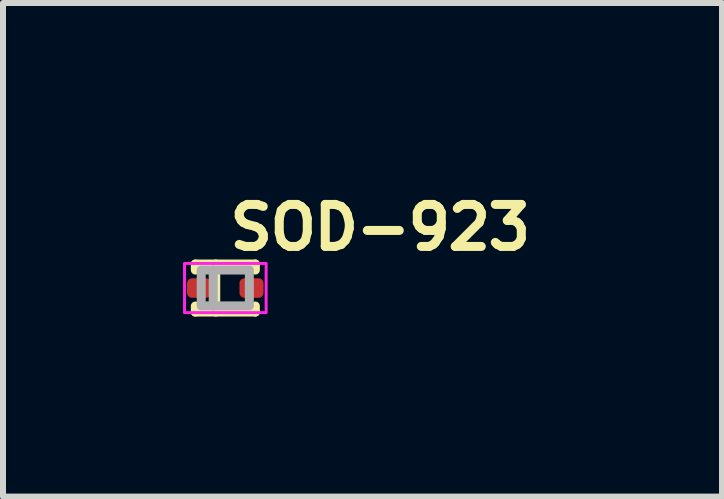
<source format=kicad_pcb>
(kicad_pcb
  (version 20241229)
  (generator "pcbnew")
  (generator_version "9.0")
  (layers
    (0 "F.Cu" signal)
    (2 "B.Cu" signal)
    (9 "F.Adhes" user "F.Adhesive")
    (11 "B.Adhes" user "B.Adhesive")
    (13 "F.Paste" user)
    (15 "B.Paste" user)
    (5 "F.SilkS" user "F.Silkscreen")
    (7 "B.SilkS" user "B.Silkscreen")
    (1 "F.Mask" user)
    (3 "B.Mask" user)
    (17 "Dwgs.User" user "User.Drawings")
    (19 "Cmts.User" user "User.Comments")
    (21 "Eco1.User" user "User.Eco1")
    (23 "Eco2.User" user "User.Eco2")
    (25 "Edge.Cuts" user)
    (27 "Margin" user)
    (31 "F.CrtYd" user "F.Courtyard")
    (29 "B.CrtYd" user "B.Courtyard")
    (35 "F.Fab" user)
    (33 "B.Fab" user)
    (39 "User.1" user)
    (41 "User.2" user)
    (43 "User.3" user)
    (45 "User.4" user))
  (footprint "SOD-923"
    (layer "F.Cu")
    (at 0.705 1.75)
    (property "Reference" "SOD-923" (at 0 -0.6 0) (unlocked yes) (layer "F.SilkS") (effects (font (size 0.7 0.7) (thickness 0.15)) (justify left bottom)))
    (attr smd)
    (fp_line (start -0.5 -0.4) (end 0.5 -0.4) (stroke (width 0.15) (type solid)) (layer "F.SilkS"))
    (fp_line (start -0.5 -0.3) (end -0.5 -0.4) (stroke (width 0.15) (type solid)) (layer "F.SilkS"))
    (fp_line (start -0.5 0.4) (end -0.5 0.3) (stroke (width 0.15) (type solid)) (layer "F.SilkS"))
    (fp_line (start -0.5 0.4) (end 0.5 0.4) (stroke (width 0.15) (type solid)) (layer "F.SilkS"))
    (fp_line (start -0.16 -0.4) (end -0.16 0.4) (stroke (width 0.15) (type solid)) (layer "F.SilkS"))
    (fp_line (start 0.5 -0.4) (end 0.5 -0.3) (stroke (width 0.15) (type solid)) (layer "F.SilkS"))
    (fp_line (start 0.5 0.4) (end 0.5 0.3) (stroke (width 0.15) (type solid)) (layer "F.SilkS"))
    (fp_rect (start -0.68 -0.41) (end 0.68 0.41) (stroke (width 0.05) (type solid)) (fill no) (layer "F.CrtYd"))
    (fp_line (start -0.202 -0.3) (end -0.202 0.298) (stroke (width 0.15) (type solid)) (layer "F.Fab"))
    (fp_rect (start -0.402 -0.3) (end 0.4 0.298) (stroke (width 0.15) (type solid)) (fill no) (layer "F.Fab"))
    (fp_rect (start -0.527 -0.326) (end 0.525 0.324) (stroke (width 0.1) (type solid)) (fill no) (layer "User.5"))
    (fp_line (start -0.527 -0.125) (end -0.527 0.123) (stroke (width 0.02) (type solid)) (layer "User.9"))
    (fp_line (start -0.527 0.123) (end -0.412 0.123) (stroke (width 0.02) (type solid)) (layer "User.9"))
    (fp_line (start -0.425 -0.326) (end 0.423 -0.326) (stroke (width 0.02) (type solid)) (layer "User.9"))
    (fp_line (start -0.425 -0.125) (end -0.425 -0.326) (stroke (width 0.02) (type solid)) (layer "User.9"))
    (fp_line (start -0.425 0.324) (end -0.425 0.123) (stroke (width 0.02) (type solid)) (layer "User.9"))
    (fp_line (start -0.412 -0.125) (end -0.527 -0.125) (stroke (width 0.02) (type solid)) (layer "User.9"))
    (fp_line (start -0.412 0.123) (end -0.412 -0.125) (stroke (width 0.02) (type solid)) (layer "User.9"))
    (fp_line (start -0.389 -0.289) (end -0.425 -0.326) (stroke (width 0.02) (type solid)) (layer "User.9"))
    (fp_line (start -0.389 -0.289) (end -0.389 0.287) (stroke (width 0.02) (type solid)) (layer "User.9"))
    (fp_line (start -0.389 0.287) (end -0.425 0.324) (stroke (width 0.02) (type solid)) (layer "User.9"))
    (fp_line (start -0.389 0.287) (end -0.325 0.287) (stroke (width 0.02) (type solid)) (layer "User.9"))
    (fp_line (start -0.325 -0.289) (end -0.389 -0.289) (stroke (width 0.02) (type solid)) (layer "User.9"))
    (fp_line (start -0.325 -0.289) (end -0.325 -0.289) (stroke (width 0.02) (type solid)) (layer "User.9"))
    (fp_line (start -0.325 -0.289) (end -0.325 0.287) (stroke (width 0.02) (type solid)) (layer "User.9"))
    (fp_line (start -0.325 0.287) (end -0.325 0.287) (stroke (width 0.02) (type solid)) (layer "User.9"))
    (fp_line (start -0.325 0.287) (end -0.234 0.287) (stroke (width 0.02) (type solid)) (layer "User.9"))
    (fp_line (start -0.234 -0.289) (end -0.325 -0.289) (stroke (width 0.02) (type solid)) (layer "User.9"))
    (fp_line (start -0.234 -0.289) (end -0.234 -0.289) (stroke (width 0.02) (type solid)) (layer "User.9"))
    (fp_line (start -0.234 0.287) (end -0.234 -0.289) (stroke (width 0.02) (type solid)) (layer "User.9"))
    (fp_line (start -0.234 0.287) (end -0.234 0.287) (stroke (width 0.02) (type solid)) (layer "User.9"))
    (fp_line (start -0.234 0.287) (end 0.387 0.287) (stroke (width 0.02) (type solid)) (layer "User.9"))
    (fp_line (start 0.387 -0.289) (end -0.234 -0.289) (stroke (width 0.02) (type solid)) (layer "User.9"))
    (fp_line (start 0.387 -0.289) (end 0.423 -0.326) (stroke (width 0.02) (type solid)) (layer "User.9"))
    (fp_line (start 0.387 0.287) (end 0.387 -0.289) (stroke (width 0.02) (type solid)) (layer "User.9"))
    (fp_line (start 0.387 0.287) (end 0.423 0.324) (stroke (width 0.02) (type solid)) (layer "User.9"))
    (fp_line (start 0.41 0.123) (end 0.41 -0.125) (stroke (width 0.02) (type solid)) (layer "User.9"))
    (fp_line (start 0.41 0.123) (end 0.525 0.123) (stroke (width 0.02) (type solid)) (layer "User.9"))
    (fp_line (start 0.423 -0.326) (end 0.423 -0.125) (stroke (width 0.02) (type solid)) (layer "User.9"))
    (fp_line (start 0.423 0.123) (end 0.423 0.324) (stroke (width 0.02) (type solid)) (layer "User.9"))
    (fp_line (start 0.423 0.324) (end -0.425 0.324) (stroke (width 0.02) (type solid)) (layer "User.9"))
    (fp_line (start 0.525 -0.125) (end 0.41 -0.125) (stroke (width 0.02) (type solid)) (layer "User.9"))
    (fp_line (start 0.525 0.123) (end 0.525 -0.125) (stroke (width 0.02) (type solid)) (layer "User.9"))
    (pad "1" smd roundrect (at -0.438 0) (size 0.4 0.325) (layers "F.Cu" "F.Mask" "F.Paste") (roundrect_rratio 0.25))
    (pad "2" smd roundrect (at 0.436 0) (size 0.4 0.325) (layers "F.Cu" "F.Mask" "F.Paste") (roundrect_rratio 0.25)))
  (gr_rect
    (start -3 -3)
    (end 8.982 5.225)
    (stroke (width 0.1) (type default))
    (fill no)
    (layer "Edge.Cuts")))
</source>
